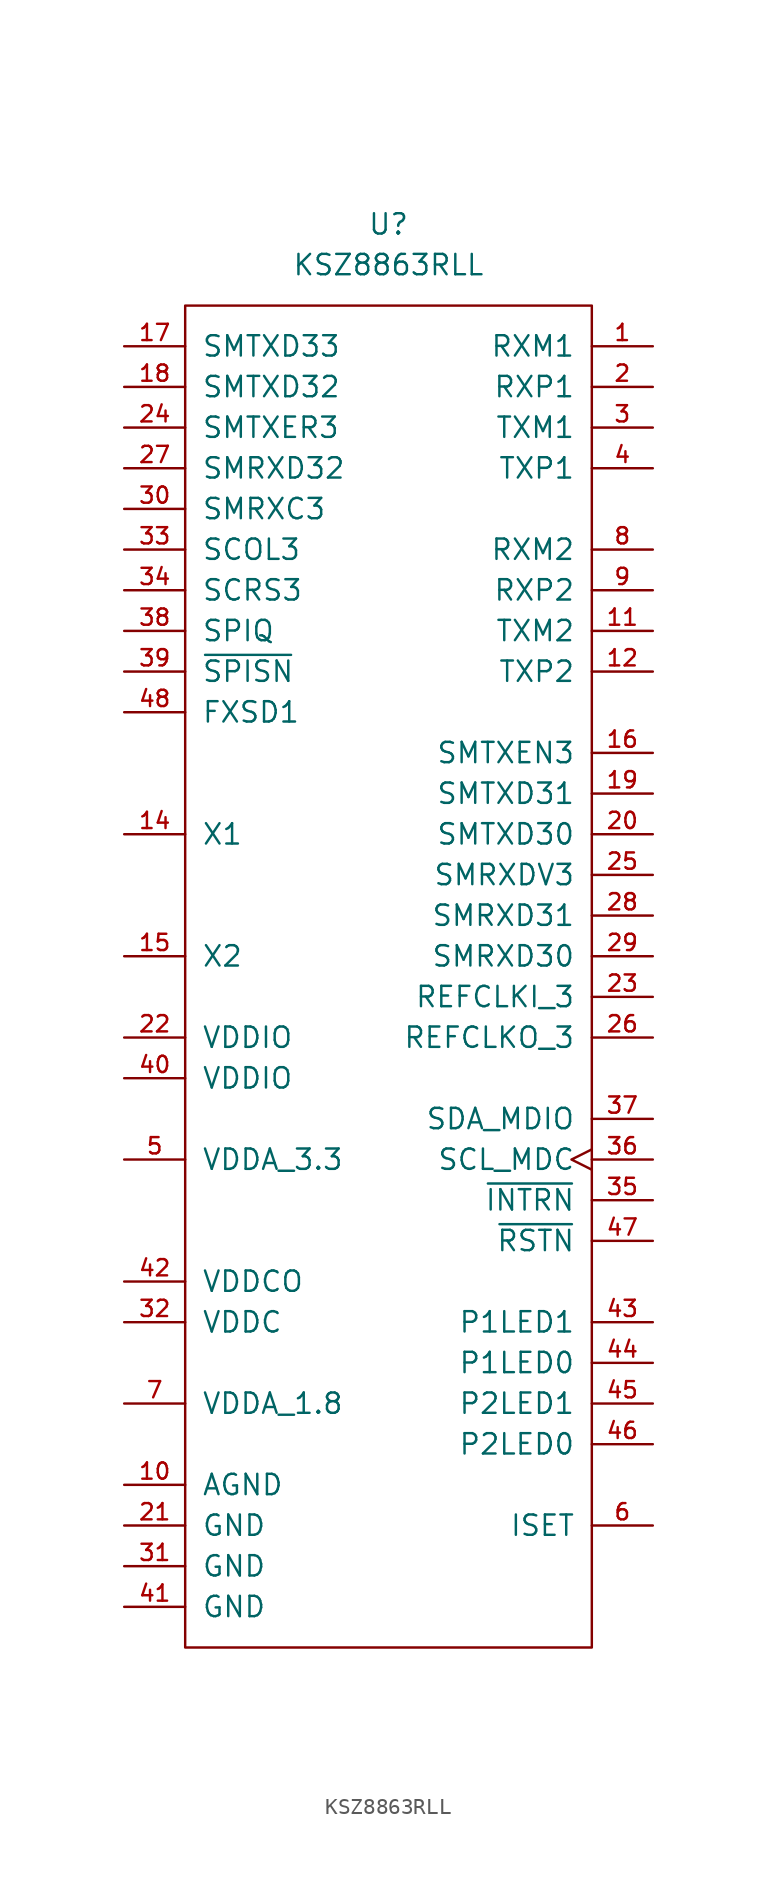
<source format=kicad_sym>
(kicad_symbol_lib
  (version 20211014)
  (generator kicad_symbol_editor)
  (symbol "KSZ8863RLL"
    (pin_names
      (offset 1.016))
    (property "Reference" "U"
      (at 0 5.08 0)
      (effects (font (size 1.27 1.27))))
    (property "Value" "KSZ8863RLL"
      (at 0 2.54 0)
      (effects (font (size 1.27 1.27))))
    (symbol "KSZ8863RLL_0_1"
      (rectangle (start -12.7 0) (end 12.7 -83.82) (stroke (width 0) (type default) (color 0 0 0 0)) (fill (type none))))
    (symbol "KSZ8863RLL_1_1"
      (pin passive line (at 16.51 -2.54 180) (length 3.81) (name "RXM1" (effects (font (size 1.27 1.27)))) (number "1" (effects (font (size 1.016 1.016)))))
      (pin power_in line (at -16.51 -73.66 0) (length 3.81) (name "AGND" (effects (font (size 1.27 1.27)))) (number "10" (effects (font (size 1.016 1.016)))))
      (pin passive line (at 16.51 -20.32 180) (length 3.81) (name "TXM2" (effects (font (size 1.27 1.27)))) (number "11" (effects (font (size 1.016 1.016)))))
      (pin passive line (at 16.51 -22.86 180) (length 3.81) (name "TXP2" (effects (font (size 1.27 1.27)))) (number "12" (effects (font (size 1.016 1.016)))))
      (pin input line (at -16.51 -33.02 0) (length 3.81) (name "X1" (effects (font (size 1.27 1.27)))) (number "14" (effects (font (size 1.016 1.016)))))
      (pin output line (at -16.51 -40.64 0) (length 3.81) (name "X2" (effects (font (size 1.27 1.27)))) (number "15" (effects (font (size 1.016 1.016)))))
      (pin input line (at 16.51 -27.94 180) (length 3.81) (name "SMTXEN3" (effects (font (size 1.27 1.27)))) (number "16" (effects (font (size 1.016 1.016)))))
      (pin output line (at -16.51 -2.54 0) (length 3.81) (name "SMTXD33" (effects (font (size 1.27 1.27)))) (number "17" (effects (font (size 1.016 1.016)))))
      (pin input line (at -16.51 -5.08 0) (length 3.81) (name "SMTXD32" (effects (font (size 1.27 1.27)))) (number "18" (effects (font (size 1.016 1.016)))))
      (pin input line (at 16.51 -30.48 180) (length 3.81) (name "SMTXD31" (effects (font (size 1.27 1.27)))) (number "19" (effects (font (size 1.016 1.016)))))
      (pin passive line (at 16.51 -5.08 180) (length 3.81) (name "RXP1" (effects (font (size 1.27 1.27)))) (number "2" (effects (font (size 1.016 1.016)))))
      (pin input line (at 16.51 -33.02 180) (length 3.81) (name "SMTXD30" (effects (font (size 1.27 1.27)))) (number "20" (effects (font (size 1.016 1.016)))))
      (pin power_in line (at -16.51 -76.2 0) (length 3.81) (name "GND" (effects (font (size 1.27 1.27)))) (number "21" (effects (font (size 1.016 1.016)))))
      (pin power_in line (at -16.51 -45.72 0) (length 3.81) (name "VDDIO" (effects (font (size 1.27 1.27)))) (number "22" (effects (font (size 1.016 1.016)))))
      (pin input line (at 16.51 -43.18 180) (length 3.81) (name "REFCLKI_3" (effects (font (size 1.27 1.27)))) (number "23" (effects (font (size 1.016 1.016)))))
      (pin input line (at -16.51 -7.62 0) (length 3.81) (name "SMTXER3" (effects (font (size 1.27 1.27)))) (number "24" (effects (font (size 1.016 1.016)))))
      (pin output line (at 16.51 -35.56 180) (length 3.81) (name "SMRXDV3" (effects (font (size 1.27 1.27)))) (number "25" (effects (font (size 1.016 1.016)))))
      (pin output line (at 16.51 -45.72 180) (length 3.81) (name "REFCLKO_3" (effects (font (size 1.27 1.27)))) (number "26" (effects (font (size 1.016 1.016)))))
      (pin output line (at -16.51 -10.16 0) (length 3.81) (name "SMRXD32" (effects (font (size 1.27 1.27)))) (number "27" (effects (font (size 1.016 1.016)))))
      (pin output line (at 16.51 -38.1 180) (length 3.81) (name "SMRXD31" (effects (font (size 1.27 1.27)))) (number "28" (effects (font (size 1.016 1.016)))))
      (pin output line (at 16.51 -40.64 180) (length 3.81) (name "SMRXD30" (effects (font (size 1.27 1.27)))) (number "29" (effects (font (size 1.016 1.016)))))
      (pin passive line (at 16.51 -7.62 180) (length 3.81) (name "TXM1" (effects (font (size 1.27 1.27)))) (number "3" (effects (font (size 1.016 1.016)))))
      (pin bidirectional line (at -16.51 -12.7 0) (length 3.81) (name "SMRXC3" (effects (font (size 1.27 1.27)))) (number "30" (effects (font (size 1.016 1.016)))))
      (pin power_in line (at -16.51 -78.74 0) (length 3.81) (name "GND" (effects (font (size 1.27 1.27)))) (number "31" (effects (font (size 1.016 1.016)))))
      (pin power_in line (at -16.51 -63.5 0) (length 3.81) (name "VDDC" (effects (font (size 1.27 1.27)))) (number "32" (effects (font (size 1.016 1.016)))))
      (pin output line (at -16.51 -15.24 0) (length 3.81) (name "SCOL3" (effects (font (size 1.27 1.27)))) (number "33" (effects (font (size 1.016 1.016)))))
      (pin output line (at -16.51 -17.78 0) (length 3.81) (name "SCRS3" (effects (font (size 1.27 1.27)))) (number "34" (effects (font (size 1.016 1.016)))))
      (pin output line (at 16.51 -55.88 180) (length 3.81) (name "~{INTRN}" (effects (font (size 1.27 1.27)))) (number "35" (effects (font (size 1.016 1.016)))))
      (pin bidirectional clock (at 16.51 -53.34 180) (length 3.81) (name "SCL_MDC" (effects (font (size 1.27 1.27)))) (number "36" (effects (font (size 1.016 1.016)))))
      (pin bidirectional line (at 16.51 -50.8 180) (length 3.81) (name "SDA_MDIO" (effects (font (size 1.27 1.27)))) (number "37" (effects (font (size 1.016 1.016)))))
      (pin output line (at -16.51 -20.32 0) (length 3.81) (name "SPIQ" (effects (font (size 1.27 1.27)))) (number "38" (effects (font (size 1.016 1.016)))))
      (pin input line (at -16.51 -22.86 0) (length 3.81) (name "~{SPISN}" (effects (font (size 1.27 1.27)))) (number "39" (effects (font (size 1.016 1.016)))))
      (pin passive line (at 16.51 -10.16 180) (length 3.81) (name "TXP1" (effects (font (size 1.27 1.27)))) (number "4" (effects (font (size 1.016 1.016)))))
      (pin power_in line (at -16.51 -48.26 0) (length 3.81) (name "VDDIO" (effects (font (size 1.27 1.27)))) (number "40" (effects (font (size 1.016 1.016)))))
      (pin power_in line (at -16.51 -81.28 0) (length 3.81) (name "GND" (effects (font (size 1.27 1.27)))) (number "41" (effects (font (size 1.016 1.016)))))
      (pin power_out line (at -16.51 -60.96 0) (length 3.81) (name "VDDCO" (effects (font (size 1.27 1.27)))) (number "42" (effects (font (size 1.016 1.016)))))
      (pin passive line (at 16.51 -63.5 180) (length 3.81) (name "P1LED1" (effects (font (size 1.27 1.27)))) (number "43" (effects (font (size 1.016 1.016)))))
      (pin passive line (at 16.51 -66.04 180) (length 3.81) (name "P1LED0" (effects (font (size 1.27 1.27)))) (number "44" (effects (font (size 1.016 1.016)))))
      (pin passive line (at 16.51 -68.58 180) (length 3.81) (name "P2LED1" (effects (font (size 1.27 1.27)))) (number "45" (effects (font (size 1.016 1.016)))))
      (pin passive line (at 16.51 -71.12 180) (length 3.81) (name "P2LED0" (effects (font (size 1.27 1.27)))) (number "46" (effects (font (size 1.016 1.016)))))
      (pin input line (at 16.51 -58.42 180) (length 3.81) (name "~{RSTN}" (effects (font (size 1.27 1.27)))) (number "47" (effects (font (size 1.016 1.016)))))
      (pin passive line (at -16.51 -25.4 0) (length 3.81) (name "FXSD1" (effects (font (size 1.27 1.27)))) (number "48" (effects (font (size 1.016 1.016)))))
      (pin power_in line (at -16.51 -53.34 0) (length 3.81) (name "VDDA_3.3" (effects (font (size 1.27 1.27)))) (number "5" (effects (font (size 1.016 1.016)))))
      (pin passive line (at 16.51 -76.2 180) (length 3.81) (name "ISET" (effects (font (size 1.27 1.27)))) (number "6" (effects (font (size 1.016 1.016)))))
      (pin power_in line (at -16.51 -68.58 0) (length 3.81) (name "VDDA_1.8" (effects (font (size 1.27 1.27)))) (number "7" (effects (font (size 1.016 1.016)))))
      (pin passive line (at 16.51 -15.24 180) (length 3.81) (name "RXM2" (effects (font (size 1.27 1.27)))) (number "8" (effects (font (size 1.016 1.016)))))
      (pin passive line (at 16.51 -17.78 180) (length 3.81) (name "RXP2" (effects (font (size 1.27 1.27)))) (number "9" (effects (font (size 1.016 1.016))))))))
</source>
